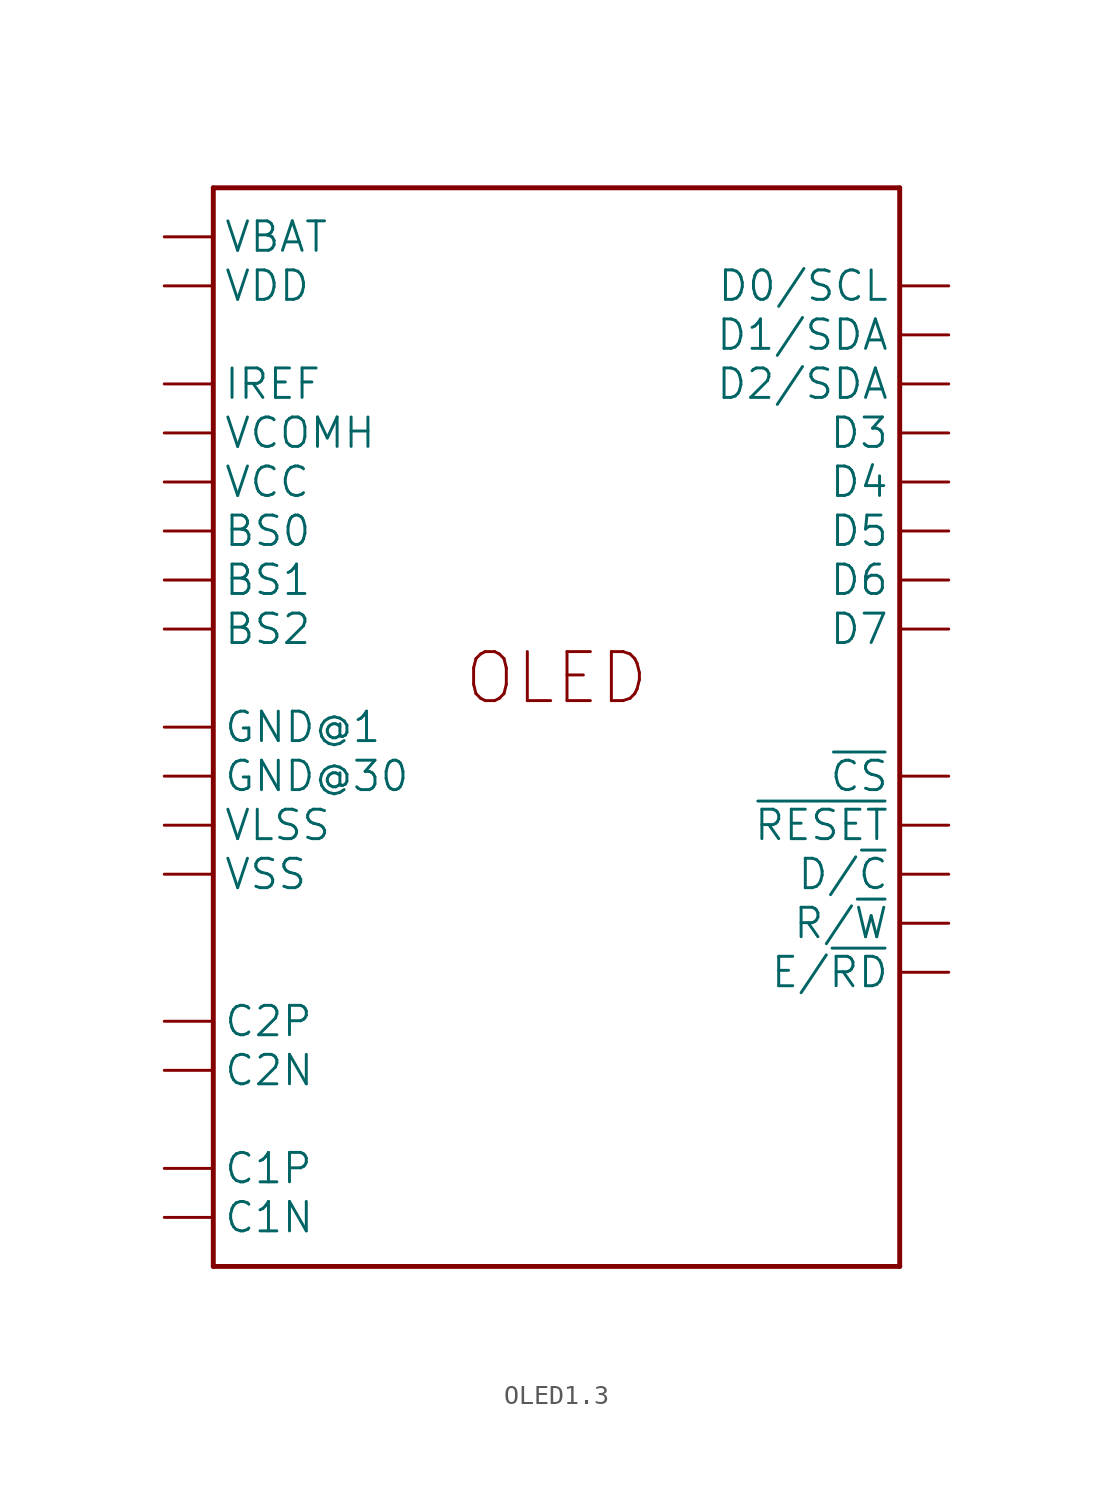
<source format=kicad_sym>
(kicad_symbol_lib
  (version 20241209)
  (generator "kicad_symbol_editor")
  (generator_version "9.0")
  (symbol "OLED1.3"
    (property "Reference" "OLED"
      (at 0 25.908 0)
      (effects (font (size 1.778 1.778)) (justify bottom) (hide yes)))
    (property "ki_locked" ""
      (at 0 0 0)
      (effects (font (size 1.27 1.27))))
    (symbol "OLED1.3_1_0"
      (polyline (pts (xy -17.78 25.4) (xy -17.78 -30.48)) (stroke (width 0.254) (type solid)) (fill (type none)))
      (polyline (pts (xy -17.78 -30.48) (xy 17.78 -30.48)) (stroke (width 0.254) (type solid)) (fill (type none)))
      (polyline (pts (xy 17.78 25.4) (xy -17.78 25.4)) (stroke (width 0.254) (type solid)) (fill (type none)))
      (polyline (pts (xy 17.78 -30.48) (xy 17.78 25.4)) (stroke (width 0.254) (type solid)) (fill (type none)))
      (text "OLED" (at 0 0 0) (effects (font (size 2.54 2.54))))
      (pin bidirectional line (at -20.32 22.86 0) (length 2.54) (name "VBAT" (effects (font (size 1.524 1.524)))) (number "6" (effects (font (size 0 0)))))
      (pin bidirectional line (at -20.32 20.32 0) (length 2.54) (name "VDD" (effects (font (size 1.524 1.524)))) (number "9" (effects (font (size 0 0)))))
      (pin bidirectional line (at -20.32 15.24 0) (length 2.54) (name "IREF" (effects (font (size 1.524 1.524)))) (number "26" (effects (font (size 0 0)))))
      (pin bidirectional line (at -20.32 12.7 0) (length 2.54) (name "VCOMH" (effects (font (size 1.524 1.524)))) (number "27" (effects (font (size 0 0)))))
      (pin bidirectional line (at -20.32 10.16 0) (length 2.54) (name "VCC" (effects (font (size 1.524 1.524)))) (number "28" (effects (font (size 0 0)))))
      (pin bidirectional line (at -20.32 7.62 0) (length 2.54) (name "BS0" (effects (font (size 1.524 1.524)))) (number "10" (effects (font (size 0 0)))))
      (pin bidirectional line (at -20.32 5.08 0) (length 2.54) (name "BS1" (effects (font (size 1.524 1.524)))) (number "11" (effects (font (size 0 0)))))
      (pin bidirectional line (at -20.32 2.54 0) (length 2.54) (name "BS2" (effects (font (size 1.524 1.524)))) (number "12" (effects (font (size 0 0)))))
      (pin bidirectional line (at -20.32 -2.54 0) (length 2.54) (name "GND@1" (effects (font (size 1.524 1.524)))) (number "1" (effects (font (size 0 0)))))
      (pin bidirectional line (at -20.32 -5.08 0) (length 2.54) (name "GND@30" (effects (font (size 1.524 1.524)))) (number "30" (effects (font (size 0 0)))))
      (pin bidirectional line (at -20.32 -7.62 0) (length 2.54) (name "VLSS" (effects (font (size 1.524 1.524)))) (number "29" (effects (font (size 0 0)))))
      (pin bidirectional line (at -20.32 -10.16 0) (length 2.54) (name "VSS" (effects (font (size 1.524 1.524)))) (number "8" (effects (font (size 0 0)))))
      (pin bidirectional line (at -20.32 -17.78 0) (length 2.54) (name "C2P" (effects (font (size 1.524 1.524)))) (number "2" (effects (font (size 0 0)))))
      (pin bidirectional line (at -20.32 -20.32 0) (length 2.54) (name "C2N" (effects (font (size 1.524 1.524)))) (number "3" (effects (font (size 0 0)))))
      (pin bidirectional line (at -20.32 -25.4 0) (length 2.54) (name "C1P" (effects (font (size 1.524 1.524)))) (number "4" (effects (font (size 0 0)))))
      (pin bidirectional line (at -20.32 -27.94 0) (length 2.54) (name "C1N" (effects (font (size 1.524 1.524)))) (number "5" (effects (font (size 0 0)))))
      (pin bidirectional line (at 20.32 20.32 180) (length 2.54) (name "D0/SCL" (effects (font (size 1.524 1.524)))) (number "18" (effects (font (size 0 0)))))
      (pin bidirectional line (at 20.32 17.78 180) (length 2.54) (name "D1/SDA" (effects (font (size 1.524 1.524)))) (number "19" (effects (font (size 0 0)))))
      (pin bidirectional line (at 20.32 15.24 180) (length 2.54) (name "D2/SDA" (effects (font (size 1.524 1.524)))) (number "20" (effects (font (size 0 0)))))
      (pin bidirectional line (at 20.32 12.7 180) (length 2.54) (name "D3" (effects (font (size 1.524 1.524)))) (number "21" (effects (font (size 0 0)))))
      (pin bidirectional line (at 20.32 10.16 180) (length 2.54) (name "D4" (effects (font (size 1.524 1.524)))) (number "22" (effects (font (size 0 0)))))
      (pin bidirectional line (at 20.32 7.62 180) (length 2.54) (name "D5" (effects (font (size 1.524 1.524)))) (number "23" (effects (font (size 0 0)))))
      (pin bidirectional line (at 20.32 5.08 180) (length 2.54) (name "D6" (effects (font (size 1.524 1.524)))) (number "24" (effects (font (size 0 0)))))
      (pin bidirectional line (at 20.32 2.54 180) (length 2.54) (name "D7" (effects (font (size 1.524 1.524)))) (number "25" (effects (font (size 0 0)))))
      (pin bidirectional line (at 20.32 -5.08 180) (length 2.54) (name "~{CS}" (effects (font (size 1.524 1.524)))) (number "13" (effects (font (size 0 0)))))
      (pin bidirectional line (at 20.32 -7.62 180) (length 2.54) (name "~{RESET}" (effects (font (size 1.524 1.524)))) (number "14" (effects (font (size 0 0)))))
      (pin bidirectional line (at 20.32 -10.16 180) (length 2.54) (name "D/~{C}" (effects (font (size 1.524 1.524)))) (number "15" (effects (font (size 0 0)))))
      (pin bidirectional line (at 20.32 -12.7 180) (length 2.54) (name "R/~{W}" (effects (font (size 1.524 1.524)))) (number "16" (effects (font (size 0 0)))))
      (pin bidirectional line (at 20.32 -15.24 180) (length 2.54) (name "E/~{RD}" (effects (font (size 1.524 1.524)))) (number "17" (effects (font (size 0 0))))))))
</source>
